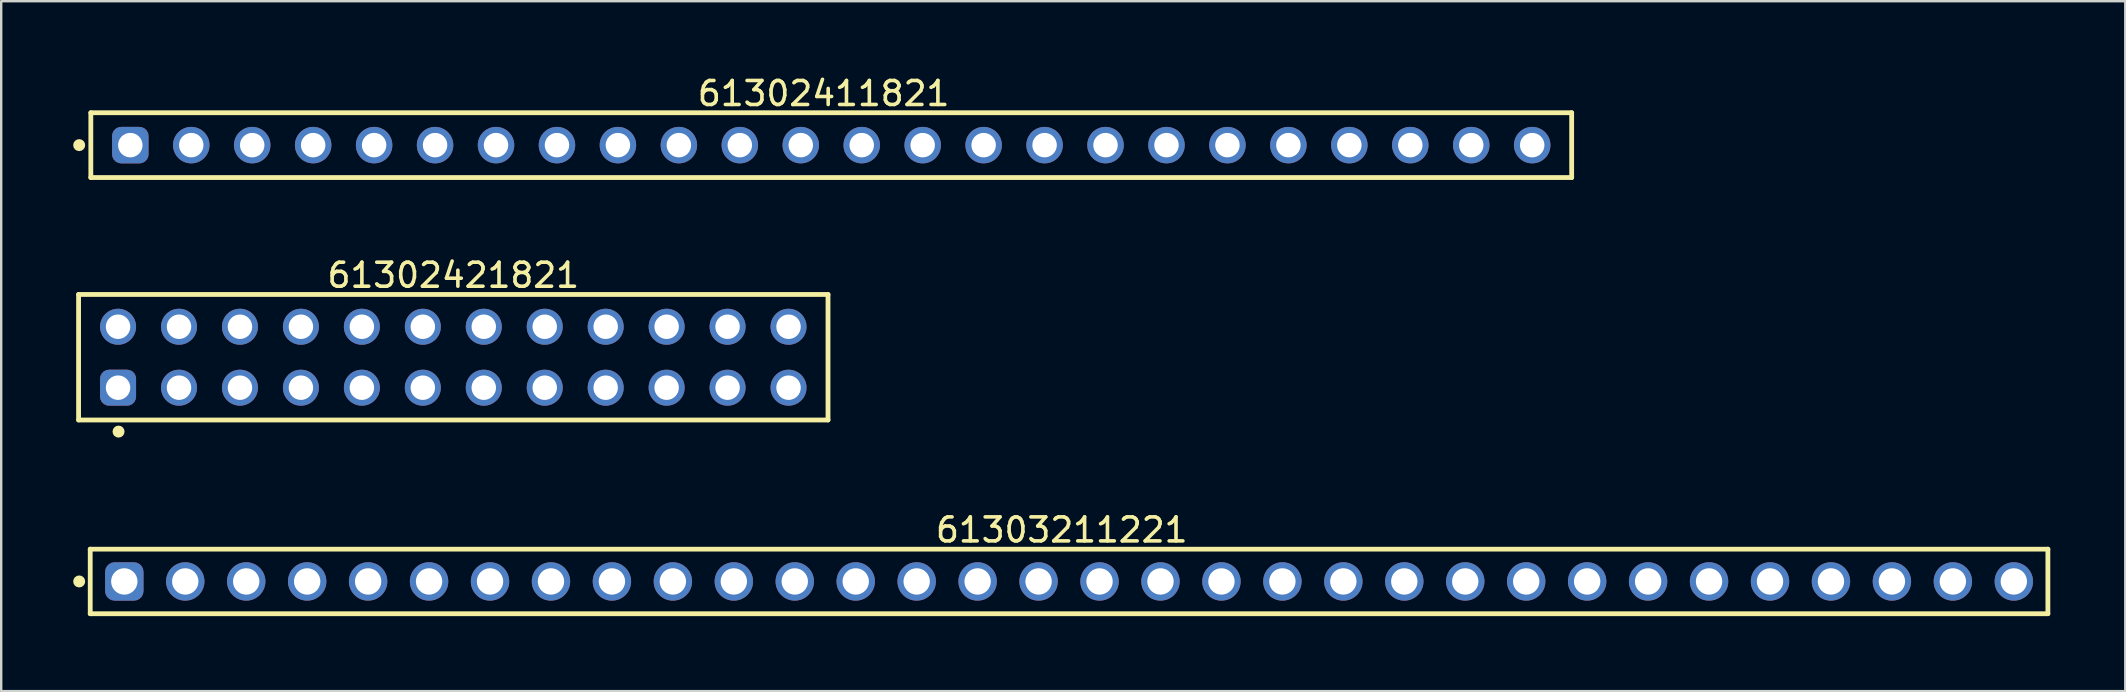
<source format=kicad_pcb>
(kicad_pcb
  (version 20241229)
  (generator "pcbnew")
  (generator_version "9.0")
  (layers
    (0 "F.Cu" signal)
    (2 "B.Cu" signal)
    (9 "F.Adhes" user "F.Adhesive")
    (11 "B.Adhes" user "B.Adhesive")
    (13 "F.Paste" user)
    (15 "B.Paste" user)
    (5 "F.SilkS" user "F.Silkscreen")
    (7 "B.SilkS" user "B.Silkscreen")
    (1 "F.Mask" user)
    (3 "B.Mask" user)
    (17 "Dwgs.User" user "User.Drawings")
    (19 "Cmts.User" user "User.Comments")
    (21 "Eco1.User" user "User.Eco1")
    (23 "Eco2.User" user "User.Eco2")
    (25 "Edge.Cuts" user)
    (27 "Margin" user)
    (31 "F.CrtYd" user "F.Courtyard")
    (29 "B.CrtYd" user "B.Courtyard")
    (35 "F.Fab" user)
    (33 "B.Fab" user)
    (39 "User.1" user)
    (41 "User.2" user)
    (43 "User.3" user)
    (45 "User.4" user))
  (footprint "61302411821"
    (layer "F.Cu")
    (at 31.59 2.998)
    (property "Reference" "61302411821" (at -0.318 -2.15 0) (layer "F.SilkS") (effects (font (size 1 1) (thickness 0.15))))
    (fp_line (start -30.855 -1.35) (end 30.855 -1.35) (stroke (width 0.2) (type solid)) (layer "F.SilkS"))
    (fp_line (start -30.855 1.35) (end -30.855 -1.35) (stroke (width 0.2) (type solid)) (layer "F.SilkS"))
    (fp_line (start -30.855 1.35) (end 30.855 1.35) (stroke (width 0.2) (type solid)) (layer "F.SilkS"))
    (fp_line (start 30.855 1.35) (end 30.855 -1.35) (stroke (width 0.2) (type solid)) (layer "F.SilkS"))
    (fp_circle (center -31.34 0) (end -31.34 -0.125) (stroke (width 0.25) (type solid)) (fill no) (layer "F.SilkS"))
    (fp_line (start -31.055 -1.55) (end 31.055 -1.55) (stroke (width 0.05) (type solid)) (layer "Eco2.User"))
    (fp_line (start -31.055 1.55) (end -31.055 -1.55) (stroke (width 0.05) (type solid)) (layer "Eco2.User"))
    (fp_line (start -31.055 1.55) (end 31.055 1.55) (stroke (width 0.05) (type solid)) (layer "Eco2.User"))
    (fp_line (start -30.73 -1.25) (end 30.73 -1.25) (stroke (width 0.1) (type solid)) (layer "Eco2.User"))
    (fp_line (start -30.73 1.25) (end -30.73 -1.25) (stroke (width 0.1) (type solid)) (layer "Eco2.User"))
    (fp_line (start -30.73 1.25) (end 30.73 1.25) (stroke (width 0.1) (type solid)) (layer "Eco2.User"))
    (fp_line (start -0.5 0) (end 0.5 0) (stroke (width 0.05) (type solid)) (layer "Eco2.User"))
    (fp_line (start 0 0.5) (end 0 -0.5) (stroke (width 0.05) (type solid)) (layer "Eco2.User"))
    (fp_line (start 30.73 1.25) (end 30.73 -1.25) (stroke (width 0.1) (type solid)) (layer "Eco2.User"))
    (fp_line (start 31.055 1.55) (end 31.055 -1.55) (stroke (width 0.05) (type solid)) (layer "Eco2.User"))
    (fp_text user "${REFERENCE}" (at 0.15 -0.197 0) (unlocked yes) (layer "User.3") (effects (font (size 1.5 1.5) (thickness 0.15))))
    (pad "1" thru_hole roundrect (at -29.21 0) (size 1.52 1.52) (drill 1.02) (layers "*.Cu" "*.Mask") (roundrect_rratio 0.25))
    (pad "2" thru_hole circle (at -26.67 0) (size 1.52 1.52) (drill 1.02) (layers "*.Cu" "*.Mask"))
    (pad "3" thru_hole circle (at -24.13 0) (size 1.52 1.52) (drill 1.02) (layers "*.Cu" "*.Mask"))
    (pad "4" thru_hole circle (at -21.59 0) (size 1.52 1.52) (drill 1.02) (layers "*.Cu" "*.Mask"))
    (pad "5" thru_hole circle (at -19.05 0) (size 1.52 1.52) (drill 1.02) (layers "*.Cu" "*.Mask"))
    (pad "6" thru_hole circle (at -16.51 0) (size 1.52 1.52) (drill 1.02) (layers "*.Cu" "*.Mask"))
    (pad "7" thru_hole circle (at -13.97 0) (size 1.52 1.52) (drill 1.02) (layers "*.Cu" "*.Mask"))
    (pad "8" thru_hole circle (at -11.43 0) (size 1.52 1.52) (drill 1.02) (layers "*.Cu" "*.Mask"))
    (pad "9" thru_hole circle (at -8.89 0) (size 1.52 1.52) (drill 1.02) (layers "*.Cu" "*.Mask"))
    (pad "10" thru_hole circle (at -6.35 0) (size 1.52 1.52) (drill 1.02) (layers "*.Cu" "*.Mask"))
    (pad "11" thru_hole circle (at -3.81 0) (size 1.52 1.52) (drill 1.02) (layers "*.Cu" "*.Mask"))
    (pad "12" thru_hole circle (at -1.27 0) (size 1.52 1.52) (drill 1.02) (layers "*.Cu" "*.Mask"))
    (pad "13" thru_hole circle (at 1.27 0) (size 1.52 1.52) (drill 1.02) (layers "*.Cu" "*.Mask"))
    (pad "14" thru_hole circle (at 3.81 0) (size 1.52 1.52) (drill 1.02) (layers "*.Cu" "*.Mask"))
    (pad "15" thru_hole circle (at 6.35 0) (size 1.52 1.52) (drill 1.02) (layers "*.Cu" "*.Mask"))
    (pad "16" thru_hole circle (at 8.89 0) (size 1.52 1.52) (drill 1.02) (layers "*.Cu" "*.Mask"))
    (pad "17" thru_hole circle (at 11.43 0) (size 1.52 1.52) (drill 1.02) (layers "*.Cu" "*.Mask"))
    (pad "18" thru_hole circle (at 13.97 0) (size 1.52 1.52) (drill 1.02) (layers "*.Cu" "*.Mask"))
    (pad "19" thru_hole circle (at 16.51 0) (size 1.52 1.52) (drill 1.02) (layers "*.Cu" "*.Mask"))
    (pad "20" thru_hole circle (at 19.05 0) (size 1.52 1.52) (drill 1.02) (layers "*.Cu" "*.Mask"))
    (pad "21" thru_hole circle (at 21.59 0) (size 1.52 1.52) (drill 1.02) (layers "*.Cu" "*.Mask"))
    (pad "22" thru_hole circle (at 24.13 0) (size 1.52 1.52) (drill 1.02) (layers "*.Cu" "*.Mask"))
    (pad "23" thru_hole circle (at 26.67 0) (size 1.52 1.52) (drill 1.02) (layers "*.Cu" "*.Mask"))
    (pad "24" thru_hole circle (at 29.21 0) (size 1.52 1.52) (drill 1.02) (layers "*.Cu" "*.Mask")))
  (footprint "61303211221"
    (layer "F.Cu")
    (at 41.5 21.18)
    (property "Reference" "61303211221" (at -0.305 -2.145 0) (layer "F.SilkS") (effects (font (size 1 1) (thickness 0.15))))
    (fp_line (start -40.79 -1.345) (end 40.79 -1.345) (stroke (width 0.2) (type solid)) (layer "F.SilkS"))
    (fp_line (start -40.79 1.345) (end -40.79 -1.345) (stroke (width 0.2) (type solid)) (layer "F.SilkS"))
    (fp_line (start -40.79 1.345) (end 40.79 1.345) (stroke (width 0.2) (type solid)) (layer "F.SilkS"))
    (fp_line (start 40.79 1.345) (end 40.79 -1.345) (stroke (width 0.2) (type solid)) (layer "F.SilkS"))
    (fp_circle (center -41.25 0) (end -41.25 -0.125) (stroke (width 0.25) (type solid)) (fill no) (layer "F.SilkS"))
    (fp_line (start -40.99 -1.545) (end 40.99 -1.545) (stroke (width 0.05) (type solid)) (layer "Eco2.User"))
    (fp_line (start -40.99 1.545) (end -40.99 -1.545) (stroke (width 0.05) (type solid)) (layer "Eco2.User"))
    (fp_line (start -40.99 1.545) (end 40.99 1.545) (stroke (width 0.05) (type solid)) (layer "Eco2.User"))
    (fp_line (start -40.64 -1.27) (end 40.64 -1.27) (stroke (width 0.1) (type solid)) (layer "Eco2.User"))
    (fp_line (start -40.64 1.27) (end -40.64 -1.27) (stroke (width 0.1) (type solid)) (layer "Eco2.User"))
    (fp_line (start -40.64 1.27) (end 40.64 1.27) (stroke (width 0.1) (type solid)) (layer "Eco2.User"))
    (fp_line (start -0.5 0) (end 0.5 0) (stroke (width 0.05) (type solid)) (layer "Eco2.User"))
    (fp_line (start 0 0.5) (end 0 -0.5) (stroke (width 0.05) (type solid)) (layer "Eco2.User"))
    (fp_line (start 40.64 1.27) (end 40.64 -1.27) (stroke (width 0.1) (type solid)) (layer "Eco2.User"))
    (fp_line (start 40.99 1.545) (end 40.99 -1.545) (stroke (width 0.05) (type solid)) (layer "Eco2.User"))
    (fp_text user "${REFERENCE}" (at 0.15 -0.197 0) (unlocked yes) (layer "User.3") (effects (font (size 1.5 1.5) (thickness 0.15))))
    (pad "1" thru_hole roundrect (at -39.37 0) (size 1.6 1.6) (drill 1.1) (layers "*.Cu" "*.Mask") (roundrect_rratio 0.25))
    (pad "2" thru_hole circle (at -36.83 0) (size 1.6 1.6) (drill 1.1) (layers "*.Cu" "*.Mask"))
    (pad "3" thru_hole circle (at -34.29 0) (size 1.6 1.6) (drill 1.1) (layers "*.Cu" "*.Mask"))
    (pad "4" thru_hole circle (at -31.75 0) (size 1.6 1.6) (drill 1.1) (layers "*.Cu" "*.Mask"))
    (pad "5" thru_hole circle (at -29.21 0) (size 1.6 1.6) (drill 1.1) (layers "*.Cu" "*.Mask"))
    (pad "6" thru_hole circle (at -26.67 0) (size 1.6 1.6) (drill 1.1) (layers "*.Cu" "*.Mask"))
    (pad "7" thru_hole circle (at -24.13 0) (size 1.6 1.6) (drill 1.1) (layers "*.Cu" "*.Mask"))
    (pad "8" thru_hole circle (at -21.59 0) (size 1.6 1.6) (drill 1.1) (layers "*.Cu" "*.Mask"))
    (pad "9" thru_hole circle (at -19.05 0) (size 1.6 1.6) (drill 1.1) (layers "*.Cu" "*.Mask"))
    (pad "10" thru_hole circle (at -16.51 0) (size 1.6 1.6) (drill 1.1) (layers "*.Cu" "*.Mask"))
    (pad "11" thru_hole circle (at -13.97 0) (size 1.6 1.6) (drill 1.1) (layers "*.Cu" "*.Mask"))
    (pad "12" thru_hole circle (at -11.43 0) (size 1.6 1.6) (drill 1.1) (layers "*.Cu" "*.Mask"))
    (pad "13" thru_hole circle (at -8.89 0) (size 1.6 1.6) (drill 1.1) (layers "*.Cu" "*.Mask"))
    (pad "14" thru_hole circle (at -6.35 0) (size 1.6 1.6) (drill 1.1) (layers "*.Cu" "*.Mask"))
    (pad "15" thru_hole circle (at -3.81 0) (size 1.6 1.6) (drill 1.1) (layers "*.Cu" "*.Mask"))
    (pad "16" thru_hole circle (at -1.27 0) (size 1.6 1.6) (drill 1.1) (layers "*.Cu" "*.Mask"))
    (pad "17" thru_hole circle (at 1.27 0) (size 1.6 1.6) (drill 1.1) (layers "*.Cu" "*.Mask"))
    (pad "18" thru_hole circle (at 3.81 0) (size 1.6 1.6) (drill 1.1) (layers "*.Cu" "*.Mask"))
    (pad "19" thru_hole circle (at 6.35 0) (size 1.6 1.6) (drill 1.1) (layers "*.Cu" "*.Mask"))
    (pad "20" thru_hole circle (at 8.89 0) (size 1.6 1.6) (drill 1.1) (layers "*.Cu" "*.Mask"))
    (pad "21" thru_hole circle (at 11.43 0) (size 1.6 1.6) (drill 1.1) (layers "*.Cu" "*.Mask"))
    (pad "22" thru_hole circle (at 13.97 0) (size 1.6 1.6) (drill 1.1) (layers "*.Cu" "*.Mask"))
    (pad "23" thru_hole circle (at 16.51 0) (size 1.6 1.6) (drill 1.1) (layers "*.Cu" "*.Mask"))
    (pad "24" thru_hole circle (at 19.05 0) (size 1.6 1.6) (drill 1.1) (layers "*.Cu" "*.Mask"))
    (pad "25" thru_hole circle (at 21.59 0) (size 1.6 1.6) (drill 1.1) (layers "*.Cu" "*.Mask"))
    (pad "26" thru_hole circle (at 24.13 0) (size 1.6 1.6) (drill 1.1) (layers "*.Cu" "*.Mask"))
    (pad "27" thru_hole circle (at 26.67 0) (size 1.6 1.6) (drill 1.1) (layers "*.Cu" "*.Mask"))
    (pad "28" thru_hole circle (at 29.21 0) (size 1.6 1.6) (drill 1.1) (layers "*.Cu" "*.Mask"))
    (pad "29" thru_hole circle (at 31.75 0) (size 1.6 1.6) (drill 1.1) (layers "*.Cu" "*.Mask"))
    (pad "30" thru_hole circle (at 34.29 0) (size 1.6 1.6) (drill 1.1) (layers "*.Cu" "*.Mask"))
    (pad "31" thru_hole circle (at 36.83 0) (size 1.6 1.6) (drill 1.1) (layers "*.Cu" "*.Mask"))
    (pad "32" thru_hole circle (at 39.37 0) (size 1.6 1.6) (drill 1.1) (layers "*.Cu" "*.Mask")))
  (footprint "61302421821"
    (layer "F.Cu")
    (at 15.84 11.836)
    (property "Reference" "61302421821" (at 0 -3.415 0) (layer "F.SilkS") (effects (font (size 1 1) (thickness 0.15))))
    (fp_line (start -15.615 -2.615) (end 15.615 -2.615) (stroke (width 0.2) (type solid)) (layer "F.SilkS"))
    (fp_line (start -15.615 2.615) (end -15.615 -2.615) (stroke (width 0.2) (type solid)) (layer "F.SilkS"))
    (fp_line (start -15.615 2.615) (end 15.615 2.615) (stroke (width 0.2) (type solid)) (layer "F.SilkS"))
    (fp_line (start 15.615 2.615) (end 15.615 -2.615) (stroke (width 0.2) (type solid)) (layer "F.SilkS"))
    (fp_circle (center -13.95 3.1) (end -13.95 2.975) (stroke (width 0.25) (type solid)) (fill no) (layer "F.SilkS"))
    (fp_line (start -15.815 -2.815) (end 15.815 -2.815) (stroke (width 0.05) (type solid)) (layer "Eco2.User"))
    (fp_line (start -15.815 2.815) (end -15.815 -2.815) (stroke (width 0.05) (type solid)) (layer "Eco2.User"))
    (fp_line (start -15.815 2.815) (end 15.815 2.815) (stroke (width 0.05) (type solid)) (layer "Eco2.User"))
    (fp_line (start -15.49 -2.54) (end 15.49 -2.54) (stroke (width 0.1) (type solid)) (layer "Eco2.User"))
    (fp_line (start -15.49 2.54) (end -15.49 -2.54) (stroke (width 0.1) (type solid)) (layer "Eco2.User"))
    (fp_line (start -15.49 2.54) (end 15.49 2.54) (stroke (width 0.1) (type solid)) (layer "Eco2.User"))
    (fp_line (start -0.5 0) (end 0.5 0) (stroke (width 0.05) (type solid)) (layer "Eco2.User"))
    (fp_line (start 0 0.5) (end 0 -0.5) (stroke (width 0.05) (type solid)) (layer "Eco2.User"))
    (fp_line (start 15.49 2.54) (end 15.49 -2.54) (stroke (width 0.1) (type solid)) (layer "Eco2.User"))
    (fp_line (start 15.815 2.815) (end 15.815 -2.815) (stroke (width 0.05) (type solid)) (layer "Eco2.User"))
    (fp_text user "${REFERENCE}" (at 0.15 -0.197 0) (unlocked yes) (layer "User.3") (effects (font (size 1.5 1.5) (thickness 0.15))))
    (pad "1" thru_hole roundrect (at -13.97 1.27) (size 1.5 1.5) (drill 1.02) (layers "*.Cu" "*.Mask") (roundrect_rratio 0.25))
    (pad "2" thru_hole circle (at -13.97 -1.27) (size 1.5 1.5) (drill 1.02) (layers "*.Cu" "*.Mask"))
    (pad "3" thru_hole circle (at -11.43 1.27) (size 1.5 1.5) (drill 1.02) (layers "*.Cu" "*.Mask"))
    (pad "4" thru_hole circle (at -11.43 -1.27) (size 1.5 1.5) (drill 1.02) (layers "*.Cu" "*.Mask"))
    (pad "5" thru_hole circle (at -8.89 1.27) (size 1.5 1.5) (drill 1.02) (layers "*.Cu" "*.Mask"))
    (pad "6" thru_hole circle (at -8.89 -1.27) (size 1.5 1.5) (drill 1.02) (layers "*.Cu" "*.Mask"))
    (pad "7" thru_hole circle (at -6.35 1.27) (size 1.5 1.5) (drill 1.02) (layers "*.Cu" "*.Mask"))
    (pad "8" thru_hole circle (at -6.35 -1.27) (size 1.5 1.5) (drill 1.02) (layers "*.Cu" "*.Mask"))
    (pad "9" thru_hole circle (at -3.81 1.27) (size 1.5 1.5) (drill 1.02) (layers "*.Cu" "*.Mask"))
    (pad "10" thru_hole circle (at -3.81 -1.27) (size 1.5 1.5) (drill 1.02) (layers "*.Cu" "*.Mask"))
    (pad "11" thru_hole circle (at -1.27 1.27) (size 1.5 1.5) (drill 1.02) (layers "*.Cu" "*.Mask"))
    (pad "12" thru_hole circle (at -1.27 -1.27) (size 1.5 1.5) (drill 1.02) (layers "*.Cu" "*.Mask"))
    (pad "13" thru_hole circle (at 1.27 1.27) (size 1.5 1.5) (drill 1.02) (layers "*.Cu" "*.Mask"))
    (pad "14" thru_hole circle (at 1.27 -1.27) (size 1.5 1.5) (drill 1.02) (layers "*.Cu" "*.Mask"))
    (pad "15" thru_hole circle (at 3.81 1.27) (size 1.5 1.5) (drill 1.02) (layers "*.Cu" "*.Mask"))
    (pad "16" thru_hole circle (at 3.81 -1.27) (size 1.5 1.5) (drill 1.02) (layers "*.Cu" "*.Mask"))
    (pad "17" thru_hole circle (at 6.35 1.27) (size 1.5 1.5) (drill 1.02) (layers "*.Cu" "*.Mask"))
    (pad "18" thru_hole circle (at 6.35 -1.27) (size 1.5 1.5) (drill 1.02) (layers "*.Cu" "*.Mask"))
    (pad "19" thru_hole circle (at 8.89 1.27) (size 1.5 1.5) (drill 1.02) (layers "*.Cu" "*.Mask"))
    (pad "20" thru_hole circle (at 8.89 -1.27) (size 1.5 1.5) (drill 1.02) (layers "*.Cu" "*.Mask"))
    (pad "21" thru_hole circle (at 11.43 1.27) (size 1.5 1.5) (drill 1.02) (layers "*.Cu" "*.Mask"))
    (pad "22" thru_hole circle (at 11.43 -1.27) (size 1.5 1.5) (drill 1.02) (layers "*.Cu" "*.Mask"))
    (pad "23" thru_hole circle (at 13.97 1.27) (size 1.5 1.5) (drill 1.02) (layers "*.Cu" "*.Mask"))
    (pad "24" thru_hole circle (at 13.97 -1.27) (size 1.5 1.5) (drill 1.02) (layers "*.Cu" "*.Mask")))
  (gr_rect
    (start -3 -3)
    (end 85.515 25.75)
    (stroke (width 0.1) (type default))
    (fill no)
    (layer "Edge.Cuts")))
</source>
